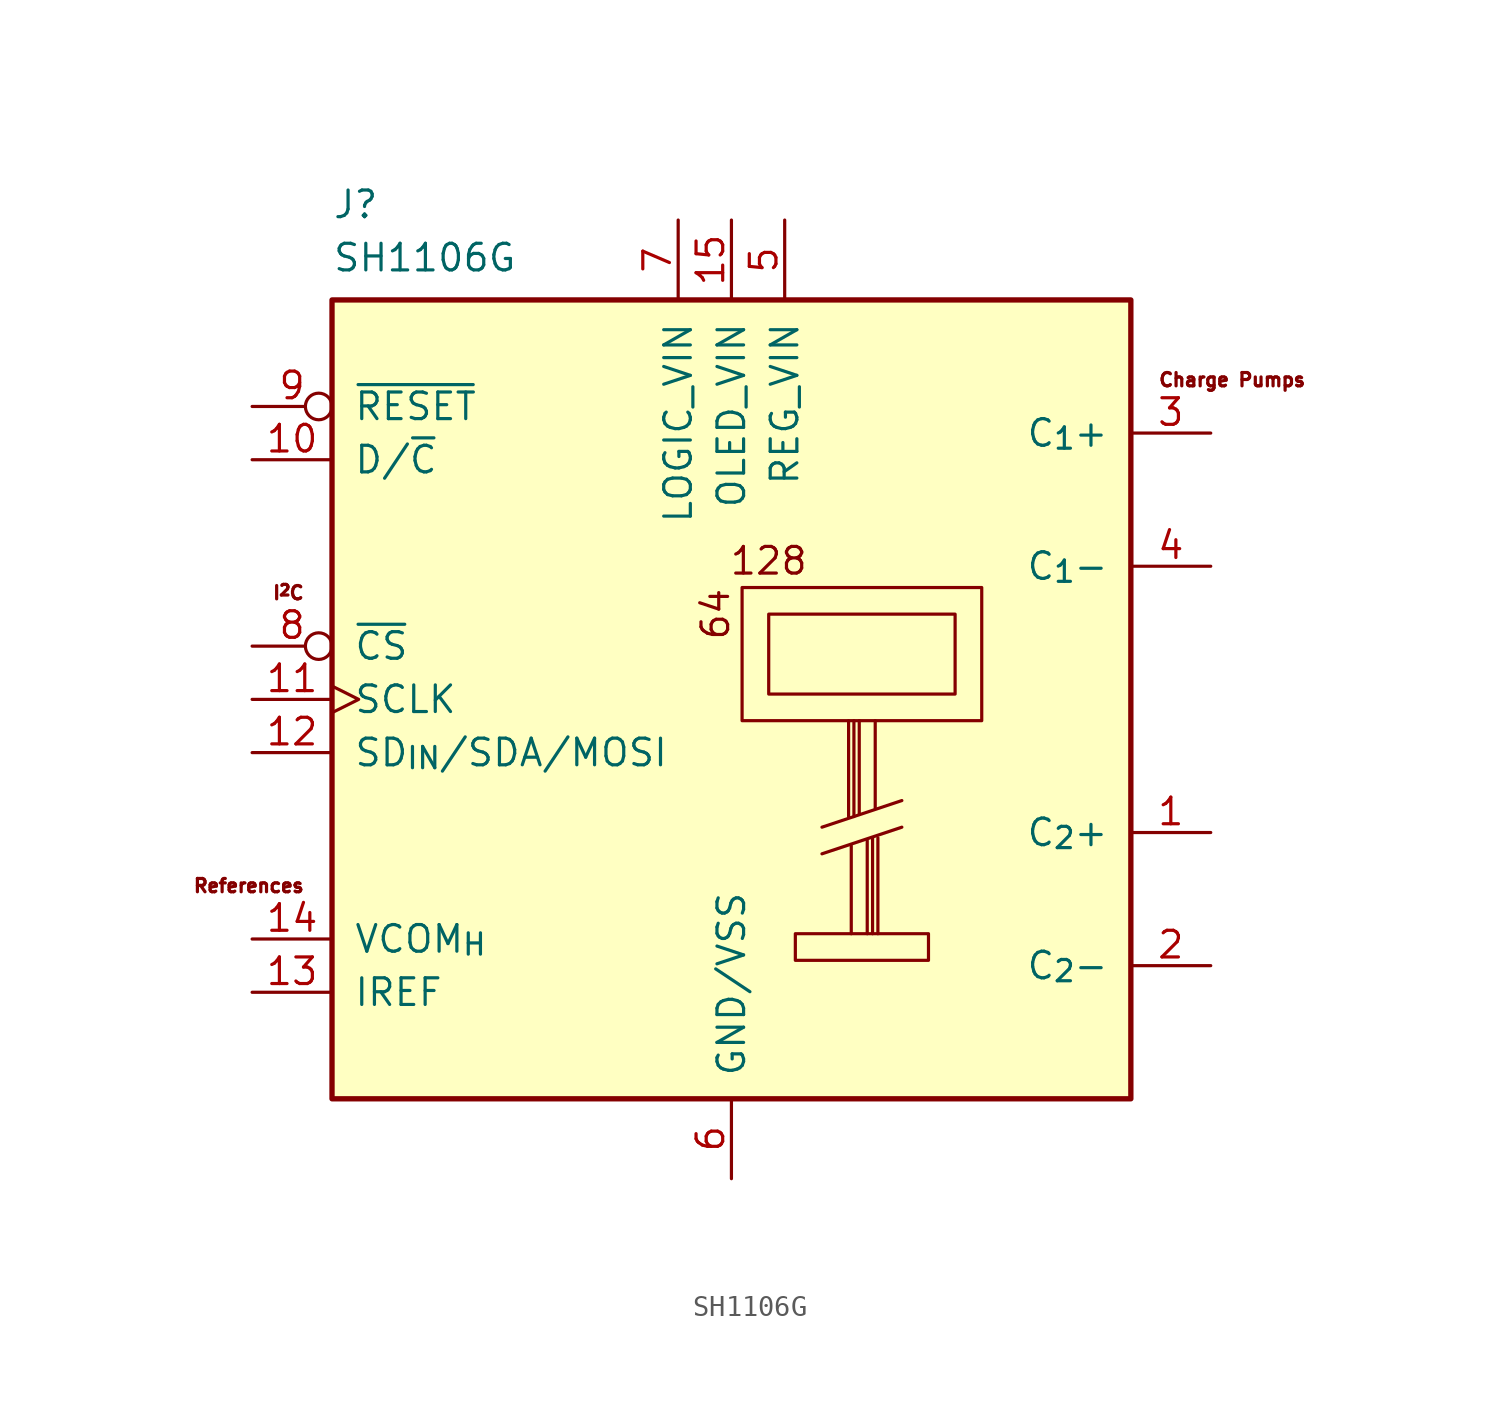
<source format=kicad_sym>
(kicad_symbol_lib
  (version 20211014)
  (generator kicad_symbol_editor)
  (symbol "SH1106G"
    (pin_names
      (offset 1.016))
    (property "Reference" "J"
      (at 0 3.81 0)
      (effects (font (size 1.27 1.27)) (justify left bottom)))
    (property "Value" "SH1106G"
      (at 0 1.27 0)
      (effects (font (size 1.27 1.27)) (justify left bottom)))
    (symbol "SH1106G_0_0"
      (polyline (pts (xy 23.368 -26.416) (xy 27.178 -25.146)) (stroke (width 0) (type default) (color 0 0 0 0)) (fill (type none)))
      (polyline (pts (xy 23.368 -25.146) (xy 27.178 -23.876)) (stroke (width 0) (type default) (color 0 0 0 0)) (fill (type none)))
      (polyline (pts (xy 24.638 -24.638) (xy 24.638 -20.066)) (stroke (width 0) (type default) (color 0 0 0 0)) (fill (type none)))
      (polyline (pts (xy 24.765 -26.035) (xy 24.765 -30.226)) (stroke (width 0) (type default) (color 0 0 0 0)) (fill (type none)))
      (polyline (pts (xy 24.892 -24.638) (xy 24.892 -20.066)) (stroke (width 0) (type default) (color 0 0 0 0)) (fill (type none)))
      (polyline (pts (xy 25.146 -24.511) (xy 25.146 -20.066)) (stroke (width 0) (type default) (color 0 0 0 0)) (fill (type none)))
      (polyline (pts (xy 25.527 -25.781) (xy 25.527 -30.226)) (stroke (width 0) (type default) (color 0 0 0 0)) (fill (type none)))
      (polyline (pts (xy 25.781 -25.654) (xy 25.781 -30.226)) (stroke (width 0) (type default) (color 0 0 0 0)) (fill (type none)))
      (polyline (pts (xy 25.908 -24.257) (xy 25.908 -20.066)) (stroke (width 0) (type default) (color 0 0 0 0)) (fill (type none)))
      (polyline (pts (xy 26.035 -25.654) (xy 26.035 -30.226)) (stroke (width 0) (type default) (color 0 0 0 0)) (fill (type none)))
      (rectangle (start 0 0) (end 38.1 -38.1) (stroke (width 0.254) (type default) (color 0 0 0 0)) (fill (type background)))
      (rectangle (start 19.558 -13.716) (end 30.988 -20.066) (stroke (width 0) (type default) (color 0 0 0 0)) (fill (type none)))
      (rectangle (start 20.828 -18.796) (end 29.718 -14.986) (stroke (width 0) (type default) (color 0 0 0 0)) (fill (type none)))
      (rectangle (start 22.098 -30.226) (end 28.448 -31.496) (stroke (width 0) (type default) (color 0 0 0 0)) (fill (type none)))
      (text "128" (at 20.828 -12.446 0) (effects (font (size 1.27 1.27))))
      (text "64" (at 18.288 -14.986 900) (effects (font (size 1.27 1.27))))
      (text "Charge Pumps" (at 39.37 -3.81 0) (effects (font (size 0.635 0.635)) (justify left)))
      (text "I^{2}C" (at -1.27 -13.97 0) (effects (font (size 0.635 0.635)) (justify right)))
      (text "References" (at -1.27 -27.94 0) (effects (font (size 0.635 0.635)) (justify right)))
      (pin input line (at 41.91 -25.4 180) (length 3.81) (name "C_{2}+" (effects (font (size 1.27 1.27)))) (number "1" (effects (font (size 1.27 1.27)))))
      (pin passive line (at -3.81 -7.62 0) (length 3.81) (name "D/~{C}" (effects (font (size 1.27 1.27)))) (number "10" (effects (font (size 1.27 1.27)))))
      (pin input clock (at -3.81 -19.05 0) (length 3.81) (name "SCLK" (effects (font (size 1.27 1.27)))) (number "11" (effects (font (size 1.27 1.27)))))
      (pin bidirectional line (at -3.81 -21.59 0) (length 3.81) (name "SD_{IN}/SDA/MOSI" (effects (font (size 1.27 1.27)))) (number "12" (effects (font (size 1.27 1.27)))))
      (pin input line (at -3.81 -33.02 0) (length 3.81) (name "IREF" (effects (font (size 1.27 1.27)))) (number "13" (effects (font (size 1.27 1.27)))))
      (pin output line (at -3.81 -30.48 0) (length 3.81) (name "VCOM_{H}" (effects (font (size 1.27 1.27)))) (number "14" (effects (font (size 1.27 1.27)))))
      (pin power_in line (at 19.05 3.81 270) (length 3.81) (name "OLED_VIN" (effects (font (size 1.27 1.27)))) (number "15" (effects (font (size 1.27 1.27)))))
      (pin power_in line (at 19.05 -41.91 90) (length 3.81) hide (name "GND/VSS" (effects (font (size 1.27 1.27)))) (number "16" (effects (font (size 1.27 1.27)))))
      (pin input line (at 41.91 -31.75 180) (length 3.81) (name "C_{2}-" (effects (font (size 1.27 1.27)))) (number "2" (effects (font (size 1.27 1.27)))))
      (pin input line (at 41.91 -6.35 180) (length 3.81) (name "C_{1}+" (effects (font (size 1.27 1.27)))) (number "3" (effects (font (size 1.27 1.27)))))
      (pin input line (at 41.91 -12.7 180) (length 3.81) (name "C_{1}-" (effects (font (size 1.27 1.27)))) (number "4" (effects (font (size 1.27 1.27)))))
      (pin power_in line (at 21.59 3.81 270) (length 3.81) (name "REG_VIN" (effects (font (size 1.27 1.27)))) (number "5" (effects (font (size 1.27 1.27)))))
      (pin power_in line (at 19.05 -41.91 90) (length 3.81) (name "GND/VSS" (effects (font (size 1.27 1.27)))) (number "6" (effects (font (size 1.27 1.27)))))
      (pin power_in line (at 16.51 3.81 270) (length 3.81) (name "LOGIC_VIN" (effects (font (size 1.27 1.27)))) (number "7" (effects (font (size 1.27 1.27)))))
      (pin input inverted (at -3.81 -16.51 0) (length 3.81) (name "~{CS}" (effects (font (size 1.27 1.27)))) (number "8" (effects (font (size 1.27 1.27)))))
      (pin input inverted (at -3.81 -5.08 0) (length 3.81) (name "~{RESET}" (effects (font (size 1.27 1.27)))) (number "9" (effects (font (size 1.27 1.27))))))))
</source>
